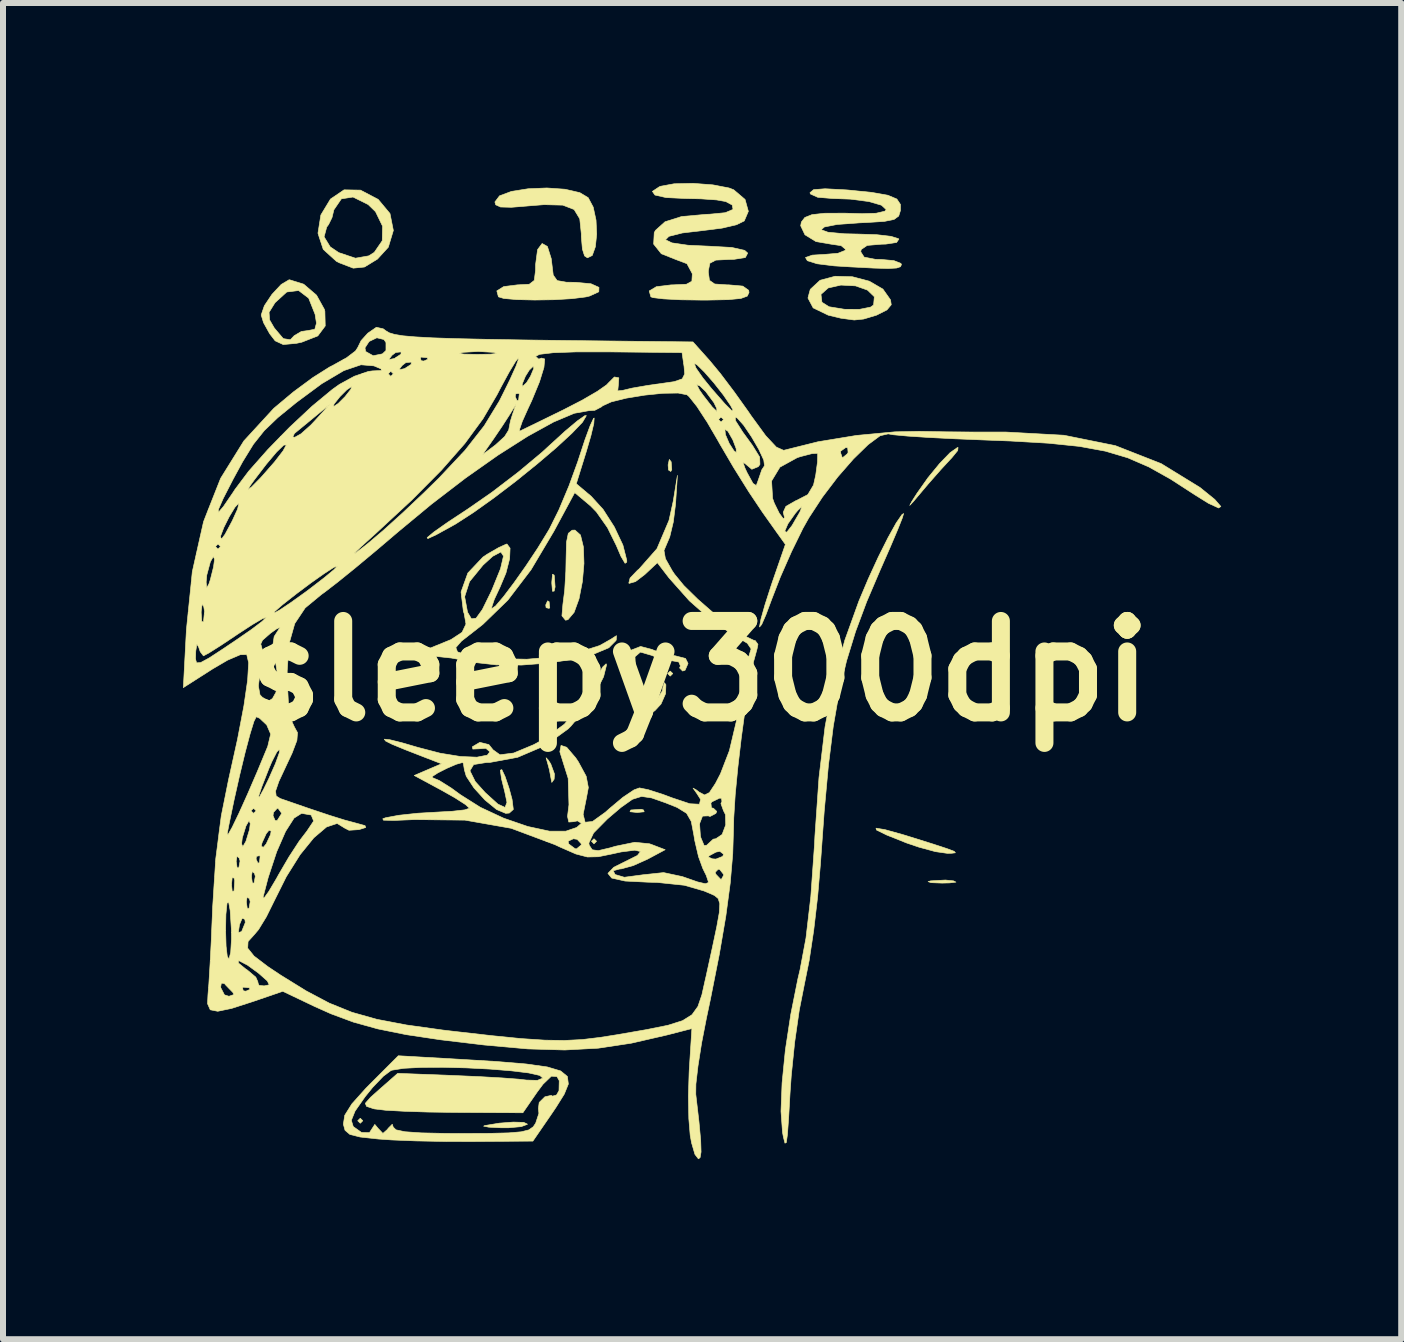
<source format=kicad_pcb>
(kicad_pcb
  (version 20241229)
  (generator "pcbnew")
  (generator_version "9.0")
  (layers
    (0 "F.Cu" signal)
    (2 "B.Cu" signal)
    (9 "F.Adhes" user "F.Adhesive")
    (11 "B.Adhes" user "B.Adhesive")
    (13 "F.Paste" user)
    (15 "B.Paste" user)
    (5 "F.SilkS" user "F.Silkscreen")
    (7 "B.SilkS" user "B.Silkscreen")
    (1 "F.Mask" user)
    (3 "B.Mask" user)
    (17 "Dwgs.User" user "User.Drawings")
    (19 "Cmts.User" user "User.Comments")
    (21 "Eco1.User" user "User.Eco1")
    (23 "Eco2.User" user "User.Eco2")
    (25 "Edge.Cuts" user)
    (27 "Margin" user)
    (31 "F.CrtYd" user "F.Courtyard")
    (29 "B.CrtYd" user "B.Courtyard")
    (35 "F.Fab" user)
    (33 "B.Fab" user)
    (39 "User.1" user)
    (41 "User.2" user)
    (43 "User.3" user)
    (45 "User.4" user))
  (footprint "sleepy300dpi"
    (layer "F.Cu")
    (at 8.583 8.131)
    (property "Reference" "sleepy300dpi" (at 0 0 0) (layer "F.SilkS") (effects (font (size 1.524 1.524) (thickness 0.3))))
    (attr through_hole)
    (fp_poly (pts (xy -5.588 7.493) (xy -5.63 7.535) (xy -5.673 7.493) (xy -5.63 7.451) (xy -5.588 7.493)) (stroke (width 0.01) (type solid)) (fill yes) (layer "F.SilkS"))
    (fp_poly (pts (xy -1.693 2.836) (xy -1.736 2.879) (xy -1.778 2.836) (xy -1.736 2.794) (xy -1.693 2.836)) (stroke (width 0.01) (type solid)) (fill yes) (layer "F.SilkS"))
    (fp_poly (pts (xy -0.423 0.042) (xy -0.466 0.085) (xy -0.508 0.042) (xy -0.466 0) (xy -0.423 0.042)) (stroke (width 0.01) (type solid)) (fill yes) (layer "F.SilkS"))
    (fp_poly (pts (xy -2.484 -1.157) (xy -2.473 -1.057) (xy -2.484 -1.044) (xy -2.534 -1.056) (xy -2.54 -1.101) (xy -2.509 -1.17) (xy -2.484 -1.157)) (stroke (width 0.01) (type solid)) (fill yes) (layer "F.SilkS"))
    (fp_poly (pts (xy -0.91 2.315) (xy -0.9 2.345) (xy -1.016 2.357) (xy -1.136 2.344) (xy -1.122 2.315) (xy -0.948 2.303) (xy -0.91 2.315)) (stroke (width 0.01) (type solid)) (fill yes) (layer "F.SilkS"))
    (fp_poly (pts (xy -0.45 -3.487) (xy -0.44 -3.355) (xy -0.457 -3.325) (xy -0.495 -3.35) (xy -0.501 -3.436) (xy -0.481 -3.526) (xy -0.45 -3.487)) (stroke (width 0.01) (type solid)) (fill yes) (layer "F.SilkS"))
    (fp_poly (pts (xy -2.401 -1.6) (xy -2.397 -1.586) (xy -2.384 -1.401) (xy -2.4 -1.332) (xy -2.428 -1.329) (xy -2.439 -1.462) (xy -2.439 -1.482) (xy -2.427 -1.613) (xy -2.401 -1.6)) (stroke (width 0.01) (type solid)) (fill yes) (layer "F.SilkS"))
    (fp_poly (pts (xy 4.255 3.496) (xy 4.295 3.517) (xy 4.188 3.53) (xy 4.064 3.533) (xy 3.881 3.526) (xy 3.831 3.509) (xy 3.873 3.496) (xy 4.12 3.482) (xy 4.255 3.496)) (stroke (width 0.01) (type solid)) (fill yes) (layer "F.SilkS"))
    (fp_poly (pts (xy -2.498 1.483) (xy -2.456 1.548) (xy -2.394 1.716) (xy -2.4 1.802) (xy -2.439 1.856) (xy -2.449 1.806) (xy -2.479 1.644) (xy -2.504 1.552) (xy -2.534 1.445) (xy -2.498 1.483)) (stroke (width 0.01) (type solid)) (fill yes) (layer "F.SilkS"))
    (fp_poly (pts (xy -2.907 7.52) (xy -2.845 7.549) (xy -2.847 7.553) (xy -2.949 7.591) (xy -3.161 7.61) (xy -3.286 7.61) (xy -3.489 7.6) (xy -3.575 7.583) (xy -3.556 7.573) (xy -3.314 7.533) (xy -3.08 7.515) (xy -2.907 7.52)) (stroke (width 0.01) (type solid)) (fill yes) (layer "F.SilkS"))
    (fp_poly (pts (xy 3.111 2.642) (xy 3.416 2.727) (xy 3.523 2.76) (xy 3.906 2.88) (xy 4.147 2.959) (xy 4.267 3.005) (xy 4.286 3.028) (xy 4.224 3.036) (xy 4.149 3.037) (xy 3.953 3.009) (xy 3.674 2.933) (xy 3.471 2.864) (xy 3.141 2.732) (xy 2.972 2.649) (xy 2.963 2.618) (xy 3.111 2.642)) (stroke (width 0.01) (type solid)) (fill yes) (layer "F.SilkS"))
    (fp_poly (pts (xy 4.324 -3.674) (xy 4.223 -3.55) (xy 4.208 -3.535) (xy 4.041 -3.354) (xy 3.832 -3.116) (xy 3.739 -3.006) (xy 3.582 -2.82) (xy 3.525 -2.76) (xy 3.559 -2.825) (xy 3.647 -2.963) (xy 3.829 -3.221) (xy 4.024 -3.459) (xy 4.198 -3.639) (xy 4.318 -3.723) (xy 4.33 -3.725) (xy 4.324 -3.674)) (stroke (width 0.01) (type solid)) (fill yes) (layer "F.SilkS"))
    (fp_poly (pts (xy -1.961 -2.267) (xy -1.912 -2.066) (xy -1.903 -1.793) (xy -1.929 -1.491) (xy -1.985 -1.204) (xy -2.067 -0.978) (xy -2.17 -0.856) (xy -2.21 -0.847) (xy -2.27 -0.92) (xy -2.254 -1.111) (xy -2.224 -1.347) (xy -2.205 -1.665) (xy -2.201 -1.868) (xy -2.194 -2.148) (xy -2.164 -2.295) (xy -2.1 -2.347) (xy -2.053 -2.349) (xy -1.961 -2.267)) (stroke (width 0.01) (type solid)) (fill yes) (layer "F.SilkS"))
    (fp_poly (pts (xy -1.927 -4.147) (xy -2.104 -3.962) (xy -2.365 -3.721) (xy -2.686 -3.448) (xy -3.04 -3.162) (xy -3.401 -2.887) (xy -3.743 -2.643) (xy -4.038 -2.452) (xy -4.079 -2.429) (xy -4.36 -2.274) (xy -4.504 -2.207) (xy -4.516 -2.223) (xy -4.402 -2.318) (xy -4.166 -2.484) (xy -3.844 -2.696) (xy -3.435 -2.98) (xy -2.997 -3.315) (xy -2.603 -3.644) (xy -2.471 -3.765) (xy -2.216 -3.998) (xy -2.013 -4.168) (xy -1.889 -4.255) (xy -1.863 -4.256) (xy -1.927 -4.147)) (stroke (width 0.01) (type solid)) (fill yes) (layer "F.SilkS"))
    (fp_poly (pts (xy -2.219 -8.028) (xy -1.972 -7.971) (xy -1.833 -7.888) (xy -1.749 -7.73) (xy -1.702 -7.513) (xy -1.691 -7.279) (xy -1.713 -7.069) (xy -1.765 -6.924) (xy -1.845 -6.885) (xy -1.893 -6.917) (xy -1.929 -7.03) (xy -1.947 -7.239) (xy -1.947 -7.285) (xy -1.973 -7.535) (xy -2.067 -7.69) (xy -2.256 -7.763) (xy -2.568 -7.771) (xy -2.795 -7.753) (xy -3.112 -7.727) (xy -3.294 -7.732) (xy -3.374 -7.769) (xy -3.387 -7.816) (xy -3.31 -7.918) (xy -3.111 -7.992) (xy -2.833 -8.036) (xy -2.521 -8.049) (xy -2.219 -8.028)) (stroke (width 0.01) (type solid)) (fill yes) (layer "F.SilkS"))
    (fp_poly (pts (xy -2.512 -7.074) (xy -2.448 -6.871) (xy -2.439 -6.795) (xy -2.415 -6.598) (xy -2.35 -6.506) (xy -2.197 -6.479) (xy -2.04 -6.477) (xy -1.786 -6.453) (xy -1.653 -6.393) (xy -1.656 -6.319) (xy -1.808 -6.249) (xy -1.87 -6.234) (xy -2.1 -6.205) (xy -2.401 -6.187) (xy -2.724 -6.182) (xy -3.02 -6.189) (xy -3.238 -6.208) (xy -3.328 -6.235) (xy -3.355 -6.334) (xy -3.24 -6.406) (xy -3.009 -6.435) (xy -3.001 -6.435) (xy -2.814 -6.445) (xy -2.731 -6.509) (xy -2.71 -6.676) (xy -2.709 -6.773) (xy -2.676 -7.022) (xy -2.6 -7.124) (xy -2.512 -7.074)) (stroke (width 0.01) (type solid)) (fill yes) (layer "F.SilkS"))
    (fp_poly (pts (xy 2.57 -6.57) (xy 2.851 -6.496) (xy 3.078 -6.364) (xy 3.205 -6.184) (xy 3.217 -6.103) (xy 3.145 -6.017) (xy 2.97 -5.929) (xy 2.756 -5.865) (xy 2.6 -5.849) (xy 2.378 -5.879) (xy 2.166 -5.93) (xy 1.916 -6.051) (xy 1.829 -6.215) (xy 1.845 -6.276) (xy 2.046 -6.276) (xy 2.062 -6.145) (xy 2.18 -6.07) (xy 2.437 -6.028) (xy 2.689 -6.027) (xy 2.873 -6.064) (xy 2.923 -6.1) (xy 2.935 -6.237) (xy 2.82 -6.348) (xy 2.621 -6.418) (xy 2.378 -6.431) (xy 2.166 -6.383) (xy 2.046 -6.276) (xy 1.845 -6.276) (xy 1.868 -6.36) (xy 2.031 -6.511) (xy 2.281 -6.578) (xy 2.57 -6.57)) (stroke (width 0.01) (type solid)) (fill yes) (layer "F.SilkS"))
    (fp_poly (pts (xy -5.626 -8.013) (xy -5.332 -7.859) (xy -5.135 -7.623) (xy -5.079 -7.341) (xy -5.163 -7.062) (xy -5.344 -6.864) (xy -5.56 -6.732) (xy -5.747 -6.713) (xy -5.979 -6.802) (xy -6.028 -6.827) (xy -6.247 -7.026) (xy -6.316 -7.235) (xy -6.233 -7.235) (xy -6.131 -7.068) (xy -5.989 -6.972) (xy -5.711 -6.879) (xy -5.489 -6.918) (xy -5.397 -6.976) (xy -5.264 -7.17) (xy -5.259 -7.413) (xy -5.376 -7.654) (xy -5.499 -7.773) (xy -5.751 -7.898) (xy -5.945 -7.868) (xy -6.07 -7.685) (xy -6.101 -7.556) (xy -6.158 -7.44) (xy -6.189 -7.398) (xy -6.233 -7.235) (xy -6.316 -7.235) (xy -6.335 -7.296) (xy -6.287 -7.599) (xy -6.127 -7.864) (xy -5.9 -8.018) (xy -5.626 -8.013)) (stroke (width 0.01) (type solid)) (fill yes) (layer "F.SilkS"))
    (fp_poly (pts (xy -6.573 -6.446) (xy -6.359 -6.263) (xy -6.227 -6.024) (xy -6.22 -5.996) (xy -6.214 -5.75) (xy -6.338 -5.584) (xy -6.606 -5.479) (xy -6.696 -5.46) (xy -6.914 -5.44) (xy -7.048 -5.502) (xy -7.14 -5.621) (xy -7.242 -5.805) (xy -7.281 -5.932) (xy -7.266 -5.977) (xy -7.15 -5.977) (xy -7.141 -5.851) (xy -7.063 -5.716) (xy -6.913 -5.539) (xy -6.795 -5.52) (xy -6.731 -5.588) (xy -6.612 -5.658) (xy -6.504 -5.673) (xy -6.388 -5.695) (xy -6.36 -5.796) (xy -6.383 -5.944) (xy -6.49 -6.213) (xy -6.657 -6.34) (xy -6.855 -6.316) (xy -7.051 -6.137) (xy -7.15 -5.977) (xy -7.266 -5.977) (xy -7.228 -6.087) (xy -7.101 -6.277) (xy -6.948 -6.441) (xy -6.817 -6.519) (xy -6.807 -6.519) (xy -6.573 -6.446)) (stroke (width 0.01) (type solid)) (fill yes) (layer "F.SilkS"))
    (fp_poly (pts (xy -0.761 -0.357) (xy -0.752 -0.352) (xy -0.541 -0.274) (xy -0.382 -0.254) (xy -0.211 -0.21) (xy -0.169 -0.127) (xy -0.218 -0.014) (xy -0.259 0) (xy -0.31 -0.052) (xy -0.296 -0.085) (xy -0.323 -0.151) (xy -0.424 -0.169) (xy -0.648 -0.21) (xy -0.777 -0.262) (xy -0.963 -0.316) (xy -1.053 -0.238) (xy -1.044 -0.038) (xy -0.965 0.2) (xy -0.856 0.428) (xy -0.769 0.514) (xy -0.7 0.492) (xy -0.599 0.333) (xy -0.586 0.265) (xy -0.563 0.193) (xy -0.538 0.228) (xy -0.543 0.377) (xy -0.619 0.549) (xy -0.726 0.665) (xy -0.769 0.677) (xy -0.852 0.607) (xy -0.964 0.429) (xy -1.018 0.318) (xy -1.118 0.068) (xy -1.177 -0.139) (xy -1.183 -0.193) (xy -1.119 -0.348) (xy -0.959 -0.41) (xy -0.761 -0.357)) (stroke (width 0.01) (type solid)) (fill yes) (layer "F.SilkS"))
    (fp_poly (pts (xy 3.402 -2.552) (xy 3.324 -2.356) (xy 3.2 -2.064) (xy 3.043 -1.706) (xy 3.033 -1.684) (xy 2.807 -1.154) (xy 2.622 -0.658) (xy 2.471 -0.166) (xy 2.35 0.35) (xy 2.251 0.92) (xy 2.17 1.572) (xy 2.1 2.337) (xy 2.037 3.217) (xy 1.99 3.764) (xy 1.925 4.32) (xy 1.849 4.825) (xy 1.772 5.207) (xy 1.685 5.647) (xy 1.608 6.183) (xy 1.551 6.742) (xy 1.531 7.027) (xy 1.507 7.453) (xy 1.487 7.725) (xy 1.468 7.857) (xy 1.446 7.866) (xy 1.42 7.765) (xy 1.405 7.684) (xy 1.38 7.335) (xy 1.398 6.864) (xy 1.453 6.312) (xy 1.543 5.72) (xy 1.661 5.13) (xy 1.697 4.978) (xy 1.796 4.45) (xy 1.877 3.755) (xy 1.938 2.897) (xy 1.945 2.752) (xy 2.013 1.775) (xy 2.114 0.929) (xy 2.255 0.177) (xy 2.444 -0.516) (xy 2.678 -1.166) (xy 2.835 -1.538) (xy 3.002 -1.901) (xy 3.163 -2.222) (xy 3.299 -2.467) (xy 3.395 -2.606) (xy 3.423 -2.625) (xy 3.402 -2.552)) (stroke (width 0.01) (type solid)) (fill yes) (layer "F.SilkS"))
    (fp_poly (pts (xy 2.453 -8.018) (xy 2.485 -8.016) (xy 2.894 -7.975) (xy 3.16 -7.928) (xy 3.31 -7.865) (xy 3.37 -7.775) (xy 3.37 -7.673) (xy 3.341 -7.581) (xy 3.264 -7.525) (xy 3.102 -7.492) (xy 2.818 -7.474) (xy 2.688 -7.468) (xy 2.315 -7.441) (xy 2.102 -7.399) (xy 2.05 -7.353) (xy 2.162 -7.312) (xy 2.438 -7.286) (xy 2.662 -7.281) (xy 2.973 -7.271) (xy 3.214 -7.243) (xy 3.339 -7.203) (xy 3.344 -7.197) (xy 3.306 -7.141) (xy 3.127 -7.114) (xy 3.053 -7.112) (xy 2.816 -7.092) (xy 2.716 -7.024) (xy 2.709 -6.985) (xy 2.765 -6.897) (xy 2.951 -6.86) (xy 3.048 -6.858) (xy 3.26 -6.839) (xy 3.378 -6.792) (xy 3.387 -6.773) (xy 3.371 -6.737) (xy 3.306 -6.715) (xy 3.166 -6.707) (xy 2.925 -6.714) (xy 2.557 -6.733) (xy 2.265 -6.751) (xy 1.982 -6.786) (xy 1.819 -6.837) (xy 1.788 -6.89) (xy 1.901 -6.93) (xy 2.117 -6.943) (xy 2.329 -6.961) (xy 2.447 -7.008) (xy 2.455 -7.027) (xy 2.382 -7.088) (xy 2.218 -7.112) (xy 1.963 -7.156) (xy 1.779 -7.269) (xy 1.708 -7.419) (xy 1.719 -7.481) (xy 1.777 -7.557) (xy 1.897 -7.605) (xy 2.11 -7.628) (xy 2.444 -7.629) (xy 2.731 -7.621) (xy 2.965 -7.628) (xy 3.11 -7.662) (xy 3.133 -7.688) (xy 3.054 -7.762) (xy 2.843 -7.823) (xy 2.535 -7.863) (xy 2.233 -7.874) (xy 1.992 -7.894) (xy 1.87 -7.949) (xy 1.863 -7.971) (xy 1.923 -8.021) (xy 2.114 -8.036) (xy 2.453 -8.018)) (stroke (width 0.01) (type solid)) (fill yes) (layer "F.SilkS"))
    (fp_poly (pts (xy 0.245 -8.101) (xy 0.514 -8.049) (xy 0.592 -8.019) (xy 0.781 -7.858) (xy 0.836 -7.66) (xy 0.768 -7.5) (xy 0.64 -7.437) (xy 0.398 -7.38) (xy 0.121 -7.345) (xy -0.266 -7.299) (xy -0.488 -7.243) (xy -0.544 -7.186) (xy -0.437 -7.134) (xy -0.169 -7.095) (xy 0.181 -7.079) (xy 0.56 -7.058) (xy 0.775 -7.009) (xy 0.825 -6.964) (xy 0.786 -6.89) (xy 0.597 -6.86) (xy 0.515 -6.858) (xy 0.294 -6.847) (xy 0.195 -6.795) (xy 0.17 -6.672) (xy 0.169 -6.646) (xy 0.188 -6.51) (xy 0.275 -6.449) (xy 0.479 -6.435) (xy 0.508 -6.435) (xy 0.743 -6.414) (xy 0.841 -6.344) (xy 0.847 -6.308) (xy 0.818 -6.247) (xy 0.711 -6.208) (xy 0.499 -6.188) (xy 0.153 -6.181) (xy 0.056 -6.181) (xy -0.294 -6.186) (xy -0.577 -6.201) (xy -0.752 -6.222) (xy -0.788 -6.235) (xy -0.816 -6.333) (xy -0.697 -6.404) (xy -0.453 -6.434) (xy -0.412 -6.435) (xy -0.196 -6.445) (xy -0.105 -6.495) (xy -0.098 -6.609) (xy -0.1 -6.625) (xy -0.187 -6.787) (xy -0.372 -6.857) (xy -0.614 -6.953) (xy -0.742 -7.114) (xy -0.732 -7.305) (xy -0.711 -7.343) (xy -0.552 -7.486) (xy -0.277 -7.573) (xy 0.136 -7.61) (xy 0.191 -7.612) (xy 0.451 -7.637) (xy 0.581 -7.692) (xy 0.567 -7.765) (xy 0.459 -7.823) (xy 0.307 -7.85) (xy 0.047 -7.868) (xy -0.219 -7.874) (xy -0.535 -7.889) (xy -0.72 -7.931) (xy -0.763 -7.992) (xy -0.649 -8.068) (xy -0.628 -8.077) (xy -0.401 -8.119) (xy -0.085 -8.126) (xy 0.245 -8.101)) (stroke (width 0.01) (type solid)) (fill yes) (layer "F.SilkS"))
    (fp_poly (pts (xy -4.001 6.467) (xy -3.356 6.506) (xy -2.865 6.547) (xy -2.515 6.596) (xy -2.291 6.663) (xy -2.179 6.755) (xy -2.163 6.881) (xy -2.231 7.049) (xy -2.367 7.267) (xy -2.431 7.362) (xy -2.754 7.832) (xy -3.769 7.839) (xy -4.233 7.838) (xy -4.698 7.829) (xy -5.102 7.813) (xy -5.334 7.797) (xy -5.633 7.764) (xy -5.803 7.721) (xy -5.884 7.652) (xy -5.912 7.55) (xy -5.902 7.486) (xy -5.779 7.486) (xy -5.748 7.588) (xy -5.747 7.59) (xy -5.609 7.688) (xy -5.477 7.691) (xy -5.417 7.599) (xy -5.388 7.554) (xy -5.333 7.62) (xy -5.253 7.704) (xy -5.177 7.637) (xy -5.166 7.62) (xy -5.097 7.551) (xy -5.081 7.599) (xy -5.035 7.644) (xy -4.886 7.676) (xy -4.614 7.695) (xy -4.202 7.704) (xy -3.94 7.705) (xy -3.478 7.703) (xy -3.157 7.695) (xy -2.948 7.677) (xy -2.821 7.645) (xy -2.749 7.594) (xy -2.708 7.534) (xy -2.654 7.37) (xy -2.662 7.289) (xy -2.649 7.188) (xy -2.554 7.094) (xy -2.449 7.07) (xy -2.428 7.083) (xy -2.36 7.064) (xy -2.319 6.991) (xy -2.315 6.825) (xy -2.353 6.757) (xy -2.446 6.75) (xy -2.585 6.884) (xy -2.682 7.014) (xy -2.921 7.36) (xy -4.064 7.354) (xy -4.504 7.348) (xy -4.898 7.335) (xy -5.207 7.318) (xy -5.392 7.296) (xy -5.41 7.292) (xy -5.526 7.253) (xy -5.546 7.202) (xy -5.458 7.102) (xy -5.309 6.969) (xy -5.006 6.703) (xy -4.048 6.74) (xy -3.639 6.758) (xy -3.271 6.779) (xy -2.992 6.8) (xy -2.861 6.815) (xy -2.678 6.82) (xy -2.588 6.782) (xy -2.639 6.738) (xy -2.825 6.696) (xy -3.113 6.661) (xy -3.47 6.632) (xy -3.861 6.612) (xy -4.253 6.602) (xy -4.613 6.604) (xy -4.906 6.619) (xy -5.1 6.65) (xy -5.12 6.657) (xy -5.246 6.751) (xy -5.423 6.936) (xy -5.55 7.093) (xy -5.717 7.332) (xy -5.779 7.486) (xy -5.902 7.486) (xy -5.889 7.402) (xy -5.77 7.212) (xy -5.537 6.952) (xy -5.468 6.882) (xy -4.996 6.41) (xy -4.001 6.467)) (stroke (width 0.01) (type solid)) (fill yes) (layer "F.SilkS"))
    (fp_poly (pts (xy -1.739 -4.125) (xy -1.788 -3.919) (xy -1.866 -3.652) (xy -2.031 -3.121) (xy -1.784 -2.913) (xy -1.584 -2.693) (xy -1.397 -2.401) (xy -1.254 -2.098) (xy -1.19 -1.846) (xy -1.19 -1.815) (xy -1.218 -1.795) (xy -1.286 -1.91) (xy -1.364 -2.092) (xy -1.511 -2.389) (xy -1.696 -2.652) (xy -1.795 -2.753) (xy -2.057 -2.973) (xy -2.404 -2.329) (xy -2.785 -1.688) (xy -3.171 -1.182) (xy -3.587 -0.778) (xy -3.745 -0.654) (xy -3.945 -0.498) (xy -4.038 -0.391) (xy -4.01 -0.319) (xy -3.848 -0.27) (xy -3.539 -0.23) (xy -3.282 -0.206) (xy -2.855 -0.197) (xy -2.406 -0.236) (xy -1.984 -0.315) (xy -1.641 -0.425) (xy -1.453 -0.531) (xy -1.362 -0.59) (xy -1.365 -0.522) (xy -1.369 -0.509) (xy -1.489 -0.388) (xy -1.743 -0.281) (xy -2.093 -0.194) (xy -2.504 -0.133) (xy -2.94 -0.1) (xy -3.365 -0.103) (xy -3.741 -0.145) (xy -3.852 -0.169) (xy -4.113 -0.217) (xy -4.412 -0.249) (xy -4.445 -0.251) (xy -4.784 -0.267) (xy -4.445 -0.391) (xy -4.119 -0.524) (xy -3.934 -0.646) (xy -3.869 -0.783) (xy -3.9 -0.962) (xy -3.912 -0.992) (xy -3.942 -1.239) (xy -3.891 -1.239) (xy -3.843 -0.981) (xy -3.778 -0.87) (xy -3.7 -0.881) (xy -3.596 -1.025) (xy -3.453 -1.316) (xy -3.434 -1.358) (xy -3.293 -1.706) (xy -3.244 -1.916) (xy -3.288 -1.984) (xy -3.424 -1.912) (xy -3.585 -1.765) (xy -3.81 -1.49) (xy -3.891 -1.239) (xy -3.942 -1.239) (xy -3.951 -1.318) (xy -3.838 -1.633) (xy -3.586 -1.899) (xy -3.515 -1.947) (xy -3.324 -2.057) (xy -3.199 -2.114) (xy -3.186 -2.117) (xy -3.134 -2.047) (xy -3.142 -1.87) (xy -3.203 -1.633) (xy -3.301 -1.4) (xy -3.397 -1.194) (xy -3.441 -1.062) (xy -3.44 -1.041) (xy -3.376 -1.084) (xy -3.244 -1.239) (xy -3.068 -1.472) (xy -2.87 -1.752) (xy -2.674 -2.047) (xy -2.504 -2.325) (xy -2.476 -2.373) (xy -2.32 -2.687) (xy -2.153 -3.085) (xy -2.006 -3.489) (xy -1.988 -3.545) (xy -1.886 -3.855) (xy -1.8 -4.088) (xy -1.744 -4.208) (xy -1.733 -4.216) (xy -1.739 -4.125)) (stroke (width 0.01) (type solid)) (fill yes) (layer "F.SilkS"))
    (fp_poly (pts (xy -5.247 -5.702) (xy -5.203 -5.669) (xy -5.148 -5.636) (xy -5.058 -5.609) (xy -4.919 -5.586) (xy -4.713 -5.568) (xy -4.427 -5.552) (xy -4.044 -5.539) (xy -3.549 -5.528) (xy -2.926 -5.517) (xy -2.16 -5.507) (xy -1.546 -5.5) (xy -0.087 -5.484) (xy 0.189 -5.176) (xy 0.37 -4.957) (xy 0.599 -4.654) (xy 0.834 -4.325) (xy 0.883 -4.253) (xy 1.126 -3.92) (xy 1.303 -3.731) (xy 1.423 -3.678) (xy 1.434 -3.68) (xy 1.995 -3.82) (xy 2.639 -3.926) (xy 3.28 -3.986) (xy 3.683 -3.994) (xy 4.141 -3.986) (xy 4.643 -3.982) (xy 5.088 -3.982) (xy 5.132 -3.982) (xy 6.094 -3.929) (xy 6.95 -3.756) (xy 7.715 -3.456) (xy 8.361 -3.059) (xy 8.608 -2.859) (xy 8.709 -2.742) (xy 8.672 -2.717) (xy 8.502 -2.795) (xy 8.276 -2.936) (xy 7.873 -3.197) (xy 7.511 -3.4) (xy 7.158 -3.553) (xy 6.784 -3.664) (xy 6.354 -3.743) (xy 5.838 -3.796) (xy 5.204 -3.833) (xy 4.761 -3.85) (xy 4.273 -3.87) (xy 3.838 -3.892) (xy 3.487 -3.915) (xy 3.251 -3.937) (xy 3.166 -3.952) (xy 3.032 -3.921) (xy 2.832 -3.773) (xy 2.588 -3.535) (xy 2.326 -3.235) (xy 2.07 -2.898) (xy 1.843 -2.551) (xy 1.745 -2.377) (xy 1.555 -1.989) (xy 1.368 -1.564) (xy 1.227 -1.201) (xy 1.13 -0.941) (xy 1.058 -0.775) (xy 1.023 -0.734) (xy 1.022 -0.74) (xy 1.046 -0.866) (xy 1.113 -1.104) (xy 1.211 -1.409) (xy 1.234 -1.478) (xy 1.453 -2.11) (xy 1.297 -2.328) (xy 1.443 -2.328) (xy 1.476 -2.313) (xy 1.564 -2.425) (xy 1.689 -2.641) (xy 1.702 -2.667) (xy 1.729 -2.742) (xy 1.66 -2.677) (xy 1.616 -2.625) (xy 1.495 -2.453) (xy 1.443 -2.331) (xy 1.443 -2.328) (xy 1.297 -2.328) (xy 1.074 -2.642) (xy 0.845 -2.984) (xy 0.589 -3.394) (xy 0.356 -3.792) (xy 0.327 -3.844) (xy 0.219 -4.029) (xy 0.445 -4.029) (xy 0.454 -3.94) (xy 0.517 -3.793) (xy 0.596 -3.67) (xy 0.636 -3.641) (xy 0.633 -3.706) (xy 0.577 -3.853) (xy 0.496 -3.995) (xy 0.445 -4.029) (xy 0.219 -4.029) (xy 0.146 -4.154) (xy 0.121 -4.191) (xy 0.339 -4.191) (xy 0.381 -4.149) (xy 0.423 -4.191) (xy 0.381 -4.233) (xy 0.616 -4.233) (xy 0.623 -4.17) (xy 0.743 -3.981) (xy 0.903 -3.762) (xy 1.024 -3.566) (xy 1.029 -3.443) (xy 1 -3.405) (xy 0.894 -3.362) (xy 0.786 -3.453) (xy 0.745 -3.481) (xy 0.78 -3.381) (xy 0.817 -3.302) (xy 0.914 -3.126) (xy 0.968 -3.091) (xy 0.996 -3.167) (xy 1.223 -3.167) (xy 1.24 -2.877) (xy 1.268 -2.798) (xy 1.35 -2.631) (xy 1.416 -2.541) (xy 1.44 -2.553) (xy 1.417 -2.646) (xy 1.462 -2.744) (xy 1.626 -2.838) (xy 1.642 -2.844) (xy 1.827 -2.94) (xy 1.922 -3.1) (xy 1.959 -3.267) (xy 1.988 -3.484) (xy 1.991 -3.615) (xy 1.986 -3.628) (xy 1.897 -3.623) (xy 1.708 -3.574) (xy 1.651 -3.556) (xy 1.362 -3.397) (xy 1.223 -3.167) (xy 0.996 -3.167) (xy 0.999 -3.175) (xy 1.06 -3.353) (xy 1.105 -3.421) (xy 1.093 -3.515) (xy 1.035 -3.641) (xy 2.371 -3.641) (xy 2.4 -3.558) (xy 2.408 -3.556) (xy 2.48 -3.615) (xy 2.498 -3.641) (xy 2.491 -3.719) (xy 2.46 -3.725) (xy 2.374 -3.664) (xy 2.371 -3.641) (xy 1.035 -3.641) (xy 1.01 -3.694) (xy 0.888 -3.904) (xy 0.758 -4.096) (xy 0.651 -4.216) (xy 0.616 -4.233) (xy 0.381 -4.233) (xy 0.339 -4.191) (xy 0.121 -4.191) (xy -0.022 -4.41) (xy -0.151 -4.572) (xy -0.186 -4.603) (xy -0.334 -4.632) (xy -0.587 -4.628) (xy -0.892 -4.597) (xy -1.197 -4.547) (xy -1.448 -4.485) (xy -1.595 -4.418) (xy -1.608 -4.404) (xy -1.723 -4.344) (xy -1.823 -4.338) (xy -2.064 -4.295) (xy -2.41 -4.149) (xy -2.84 -3.912) (xy -3.335 -3.597) (xy -3.876 -3.216) (xy -4.443 -2.781) (xy -4.997 -2.322) (xy -5.365 -2.009) (xy -5.713 -1.719) (xy -6.01 -1.479) (xy -6.224 -1.314) (xy -6.277 -1.276) (xy -6.548 -1.052) (xy -6.722 -0.791) (xy -6.817 -0.455) (xy -6.848 -0.003) (xy -6.848 0.127) (xy -6.827 0.543) (xy -6.778 0.824) (xy -6.727 0.933) (xy -6.676 1.026) (xy -6.686 1.156) (xy -6.765 1.365) (xy -6.86 1.568) (xy -6.987 1.84) (xy -7.042 2) (xy -7.031 2.082) (xy -6.962 2.125) (xy -6.961 2.125) (xy -6.487 2.289) (xy -6.14 2.405) (xy -5.89 2.483) (xy -5.715 2.53) (xy -5.551 2.575) (xy -5.54 2.607) (xy -5.651 2.642) (xy -5.818 2.653) (xy -5.889 2.617) (xy -6.015 2.539) (xy -6.192 2.598) (xy -6.404 2.778) (xy -6.633 3.06) (xy -6.863 3.427) (xy -7.062 3.826) (xy -7.195 4.095) (xy -7.326 4.309) (xy -7.399 4.395) (xy -7.5 4.507) (xy -7.506 4.617) (xy -7.4 4.749) (xy -7.169 4.925) (xy -6.959 5.065) (xy -6.53 5.33) (xy -6.147 5.533) (xy -5.768 5.686) (xy -5.353 5.803) (xy -4.861 5.897) (xy -4.251 5.982) (xy -4.064 6.004) (xy -3.439 6.075) (xy -2.948 6.124) (xy -2.556 6.15) (xy -2.229 6.155) (xy -1.932 6.14) (xy -1.633 6.104) (xy -1.355 6.06) (xy -0.859 5.974) (xy -0.503 5.902) (xy -0.26 5.825) (xy -0.103 5.726) (xy -0.004 5.588) (xy 0.062 5.394) (xy 0.122 5.125) (xy 0.129 5.097) (xy 0.236 4.608) (xy 0.31 4.259) (xy 0.352 4.024) (xy 0.36 3.876) (xy 0.334 3.791) (xy 0.273 3.74) (xy 0.178 3.698) (xy 0.097 3.664) (xy -0.232 3.569) (xy -0.683 3.522) (xy -0.839 3.518) (xy -1.218 3.499) (xy -1.441 3.449) (xy -1.504 3.371) (xy -1.406 3.269) (xy -1.221 3.177) (xy -1.013 3.073) (xy -0.961 3.007) (xy -1.055 2.985) (xy -1.284 3.014) (xy -1.429 3.046) (xy -1.664 3.094) (xy -1.846 3.098) (xy -2.038 3.048) (xy -2.303 2.932) (xy -2.386 2.893) (xy -2.541 2.835) (xy -2.167 2.835) (xy -2.159 2.879) (xy -2.051 2.96) (xy -2.027 2.963) (xy -1.95 2.899) (xy -1.947 2.879) (xy -1.958 2.867) (xy -1.822 2.867) (xy -1.815 2.903) (xy -1.765 2.978) (xy -1.664 2.992) (xy -1.465 2.945) (xy -1.381 2.92) (xy -1.057 2.853) (xy -0.811 2.878) (xy -0.774 2.891) (xy -0.55 2.977) (xy -0.847 3.136) (xy -1.081 3.241) (xy -1.28 3.296) (xy -1.308 3.298) (xy -1.415 3.327) (xy -1.385 3.39) (xy -1.23 3.436) (xy -0.937 3.397) (xy -0.932 3.396) (xy -0.576 3.358) (xy -0.263 3.425) (xy -0.011 3.513) (xy 0.12 3.544) (xy 0.166 3.526) (xy 0.169 3.508) (xy 0.134 3.404) (xy 0.109 3.354) (xy 0.283 3.354) (xy 0.296 3.387) (xy 0.372 3.467) (xy 0.386 3.471) (xy 0.422 3.406) (xy 0.423 3.387) (xy 0.358 3.305) (xy 0.334 3.302) (xy 0.283 3.354) (xy 0.109 3.354) (xy 0.076 3.286) (xy 0.008 3.099) (xy 0.169 3.099) (xy 0.238 3.129) (xy 0.296 3.133) (xy 0.409 3.088) (xy 0.423 3.051) (xy 0.361 3.004) (xy 0.296 3.017) (xy 0.185 3.077) (xy 0.169 3.099) (xy 0.008 3.099) (xy 0.006 3.094) (xy -0.057 2.825) (xy -0.072 2.733) (xy -0.108 2.543) (xy 0.023 2.543) (xy 0.037 2.746) (xy 0.045 2.778) (xy 0.099 2.907) (xy 0.144 2.902) (xy 0.144 2.9) (xy 0.251 2.801) (xy 0.294 2.794) (xy 0.399 2.723) (xy 0.459 2.563) (xy 0.454 2.391) (xy 0.421 2.325) (xy 0.379 2.208) (xy 0.396 2.172) (xy 0.388 2.121) (xy 0.358 2.117) (xy 0.229 2.179) (xy 0.212 2.201) (xy 0.221 2.279) (xy 0.254 2.286) (xy 0.309 2.338) (xy 0.295 2.372) (xy 0.198 2.423) (xy 0.169 2.413) (xy 0.072 2.417) (xy 0.023 2.543) (xy -0.108 2.543) (xy -0.115 2.506) (xy -0.193 2.37) (xy -0.35 2.273) (xy -0.542 2.196) (xy -0.775 2.114) (xy -0.943 2.089) (xy -1.096 2.137) (xy -1.284 2.27) (xy -1.513 2.465) (xy -1.743 2.698) (xy -1.822 2.867) (xy -1.958 2.867) (xy -2.016 2.804) (xy -2.079 2.794) (xy -2.167 2.835) (xy -2.541 2.835) (xy -3.116 2.62) (xy -3.886 2.484) (xy -4.724 2.475) (xy -5.066 2.489) (xy -5.244 2.485) (xy -5.255 2.461) (xy -5.207 2.444) (xy -4.988 2.403) (xy -4.674 2.369) (xy -4.381 2.352) (xy -4.095 2.336) (xy -3.89 2.313) (xy -3.81 2.286) (xy -3.81 2.286) (xy -3.878 2.224) (xy -4.056 2.11) (xy -4.27 1.989) (xy -4.731 1.74) (xy -4.503 1.642) (xy -4.276 1.545) (xy -4.53 1.447) (xy -4.882 1.31) (xy -5.1 1.22) (xy -5.208 1.166) (xy -5.229 1.137) (xy -5.227 1.135) (xy -5.139 1.144) (xy -4.934 1.195) (xy -4.667 1.273) (xy -4.298 1.369) (xy -3.959 1.424) (xy -3.686 1.435) (xy -3.513 1.401) (xy -3.471 1.345) (xy -3.538 1.287) (xy -3.641 1.295) (xy -3.755 1.3) (xy -3.763 1.262) (xy -3.638 1.188) (xy -3.488 1.225) (xy -3.418 1.312) (xy -3.303 1.395) (xy -3.074 1.366) (xy -2.741 1.227) (xy -2.567 1.133) (xy -2.23 0.886) (xy -1.943 0.546) (xy -1.686 0.099) (xy -1.591 -0.067) (xy -1.534 -0.121) (xy -1.527 -0.102) (xy -1.576 0.095) (xy -1.712 0.365) (xy -1.903 0.656) (xy -2.12 0.917) (xy -2.166 0.963) (xy -2.547 1.24) (xy -3.008 1.437) (xy -3.472 1.523) (xy -3.529 1.524) (xy -3.741 1.558) (xy -3.803 1.662) (xy -3.715 1.84) (xy -3.549 2.025) (xy -3.337 2.217) (xy -3.218 2.272) (xy -3.186 2.188) (xy -3.223 2.011) (xy -3.276 1.799) (xy -3.297 1.656) (xy -3.297 1.652) (xy -3.272 1.642) (xy -3.218 1.756) (xy -3.151 1.953) (xy -3.101 2.138) (xy -3.08 2.306) (xy -3.147 2.366) (xy -3.207 2.371) (xy -3.359 2.307) (xy -3.552 2.149) (xy -3.736 1.947) (xy -3.864 1.753) (xy -3.895 1.648) (xy -3.913 1.537) (xy -3.927 1.524) (xy -4.03 1.553) (xy -4.186 1.62) (xy -4.338 1.697) (xy -4.432 1.758) (xy -4.43 1.775) (xy -4.312 1.825) (xy -4.113 1.95) (xy -3.958 2.063) (xy -3.63 2.27) (xy -3.24 2.452) (xy -2.839 2.59) (xy -2.477 2.668) (xy -2.205 2.668) (xy -2.202 2.667) (xy -2.024 2.606) (xy -1.947 2.538) (xy -1.947 2.536) (xy -2.01 2.496) (xy -2.077 2.51) (xy -2.156 2.516) (xy -2.177 2.422) (xy -2.153 2.228) (xy -2.166 1.788) (xy -2.23 1.585) (xy -2.305 1.345) (xy -2.285 1.239) (xy -2.191 1.27) (xy -2.041 1.446) (xy -1.996 1.513) (xy -1.866 1.753) (xy -1.83 1.941) (xy -1.862 2.114) (xy -1.917 2.388) (xy -1.884 2.519) (xy -1.761 2.507) (xy -1.547 2.353) (xy -1.474 2.288) (xy -1.254 2.104) (xy -1.069 1.98) (xy -0.979 1.947) (xy -0.832 1.977) (xy -0.594 2.053) (xy -0.436 2.112) (xy -0.139 2.211) (xy 0.021 2.219) (xy 0.04 2.138) (xy -0.022 2.04) (xy -0.085 1.951) (xy -0.033 1.979) (xy 0.016 2.017) (xy 0.107 2.065) (xy 0.187 2.025) (xy 0.288 1.872) (xy 0.372 1.71) (xy 0.52 1.327) (xy 0.634 0.846) (xy 0.671 0.602) (xy 0.722 0.257) (xy 0.781 -0.037) (xy 0.835 -0.229) (xy 0.846 -0.253) (xy 0.882 -0.369) (xy 0.819 -0.463) (xy 0.629 -0.576) (xy 0.615 -0.583) (xy 0.242 -0.828) (xy -0.147 -1.171) (xy -0.491 -1.558) (xy -0.491 -1.559) (xy -0.68 -1.805) (xy -0.89 -1.608) (xy -1.045 -1.49) (xy -1.148 -1.461) (xy -1.156 -1.466) (xy -1.135 -1.549) (xy -1.011 -1.679) (xy -0.985 -1.7) (xy -0.687 -2.038) (xy -0.486 -2.511) (xy -0.415 -2.833) (xy -0.346 -3.26) (xy -0.377 -2.783) (xy -0.414 -2.485) (xy -0.474 -2.235) (xy -0.517 -2.134) (xy -0.57 -2.009) (xy -0.546 -1.873) (xy -0.433 -1.672) (xy -0.394 -1.614) (xy -0.239 -1.425) (xy -0.008 -1.198) (xy 0.262 -0.962) (xy 0.533 -0.748) (xy 0.767 -0.587) (xy 0.929 -0.511) (xy 0.95 -0.508) (xy 0.996 -0.445) (xy 0.981 -0.369) (xy 0.921 -0.15) (xy 0.854 0.198) (xy 0.784 0.633) (xy 0.718 1.116) (xy 0.661 1.606) (xy 0.617 2.062) (xy 0.593 2.445) (xy 0.59 2.582) (xy 0.576 3.044) (xy 0.534 3.534) (xy 0.461 4.082) (xy 0.352 4.72) (xy 0.202 5.479) (xy 0.138 5.781) (xy 0.057 6.198) (xy -0.003 6.58) (xy -0.038 6.882) (xy -0.04 7.051) (xy 0.013 7.508) (xy 0.042 7.821) (xy 0.048 8.013) (xy 0.032 8.107) (xy 0.004 8.128) (xy -0.054 8.053) (xy -0.11 7.861) (xy -0.133 7.736) (xy -0.156 7.457) (xy -0.163 7.084) (xy -0.151 6.694) (xy -0.149 6.65) (xy -0.105 5.957) (xy -0.52 6.064) (xy -1.116 6.201) (xy -1.666 6.284) (xy -2.223 6.314) (xy -2.837 6.296) (xy -3.562 6.231) (xy -3.58 6.229) (xy -4.291 6.144) (xy -4.866 6.058) (xy -5.34 5.962) (xy -5.746 5.849) (xy -6.118 5.711) (xy -6.393 5.588) (xy -6.921 5.336) (xy -7.411 5.504) (xy -7.773 5.621) (xy -8.005 5.669) (xy -8.13 5.644) (xy -8.175 5.543) (xy -8.168 5.397) (xy -8.158 5.271) (xy -7.957 5.271) (xy -7.893 5.396) (xy -7.818 5.419) (xy -7.734 5.39) (xy -7.753 5.355) (xy -7.828 5.278) (xy -7.592 5.278) (xy -7.58 5.328) (xy -7.535 5.334) (xy -7.466 5.303) (xy -7.479 5.278) (xy -7.579 5.267) (xy -7.592 5.278) (xy -7.828 5.278) (xy -7.877 5.227) (xy -7.893 5.207) (xy -7.945 5.199) (xy -7.957 5.271) (xy -8.158 5.271) (xy -8.153 5.212) (xy -8.134 4.898) (xy -8.13 4.827) (xy -7.662 4.827) (xy -7.659 4.866) (xy -7.543 4.961) (xy -7.513 4.981) (xy -7.371 5.1) (xy -7.333 5.186) (xy -7.337 5.192) (xy -7.317 5.237) (xy -7.232 5.246) (xy -7.147 5.228) (xy -7.179 5.163) (xy -7.324 5.035) (xy -7.508 4.901) (xy -7.644 4.83) (xy -7.662 4.827) (xy -8.13 4.827) (xy -8.113 4.496) (xy -8.106 4.318) (xy -7.874 4.318) (xy -7.866 4.584) (xy -7.846 4.756) (xy -7.818 4.798) (xy -7.789 4.688) (xy -7.776 4.468) (xy -7.777 4.357) (xy -7.662 4.357) (xy -7.61 4.342) (xy -7.606 4.338) (xy -7.546 4.191) (xy -7.553 4.137) (xy -7.597 4.117) (xy -7.643 4.227) (xy -7.662 4.357) (xy -7.777 4.357) (xy -7.778 4.302) (xy -7.798 3.99) (xy -7.824 3.846) (xy -7.85 3.868) (xy -7.869 4.055) (xy -7.874 4.318) (xy -8.106 4.318) (xy -8.094 4.045) (xy -8.09 3.937) (xy -8.084 3.845) (xy -7.529 3.845) (xy -7.513 3.955) (xy -7.484 3.956) (xy -7.464 3.843) (xy -7.477 3.794) (xy -7.509 3.768) (xy -7.25 3.768) (xy -7.234 3.783) (xy -7.154 3.672) (xy -7.027 3.458) (xy -6.992 3.394) (xy -6.818 3.096) (xy -6.648 2.835) (xy -6.521 2.669) (xy -6.52 2.668) (xy -6.407 2.499) (xy -6.448 2.399) (xy -6.608 2.371) (xy -6.733 2.45) (xy -6.875 2.672) (xy -7.023 3.011) (xy -7.165 3.442) (xy -7.25 3.768) (xy -7.509 3.768) (xy -7.515 3.762) (xy -7.529 3.845) (xy -8.084 3.845) (xy -8.066 3.556) (xy -7.776 3.556) (xy -7.763 3.676) (xy -7.733 3.662) (xy -7.722 3.488) (xy -7.733 3.45) (xy -7.764 3.44) (xy -7.776 3.556) (xy -8.066 3.556) (xy -8.057 3.422) (xy -7.444 3.422) (xy -7.428 3.532) (xy -7.4 3.533) (xy -7.379 3.42) (xy -7.393 3.371) (xy -7.43 3.339) (xy -7.444 3.422) (xy -8.057 3.422) (xy -8.041 3.168) (xy -7.698 3.168) (xy -7.682 3.278) (xy -7.654 3.279) (xy -7.633 3.166) (xy -7.642 3.133) (xy -7.366 3.133) (xy -7.335 3.202) (xy -7.31 3.189) (xy -7.299 3.089) (xy -7.31 3.076) (xy -7.36 3.088) (xy -7.366 3.133) (xy -7.642 3.133) (xy -7.647 3.117) (xy -7.684 3.085) (xy -7.698 3.168) (xy -8.041 3.168) (xy -8.038 3.126) (xy -8.006 2.879) (xy -7.608 2.879) (xy -7.586 2.926) (xy -7.584 2.921) (xy -7.279 2.921) (xy -7.244 2.936) (xy -7.197 2.879) (xy -7.125 2.724) (xy -7.115 2.667) (xy -7.15 2.652) (xy -7.197 2.709) (xy -7.268 2.864) (xy -7.279 2.921) (xy -7.584 2.921) (xy -7.535 2.836) (xy -7.475 2.639) (xy -7.463 2.54) (xy -7.484 2.493) (xy -7.535 2.582) (xy -7.596 2.78) (xy -7.608 2.879) (xy -8.006 2.879) (xy -7.985 2.709) (xy -7.847 2.709) (xy -7.833 2.724) (xy -7.765 2.604) (xy -7.671 2.409) (xy -7.084 2.409) (xy -7.047 2.495) (xy -7.013 2.489) (xy -6.943 2.377) (xy -6.943 2.366) (xy -6.999 2.288) (xy -7.013 2.286) (xy -7.076 2.355) (xy -7.084 2.409) (xy -7.671 2.409) (xy -7.654 2.374) (xy -7.633 2.328) (xy -7.451 2.328) (xy -7.408 2.371) (xy -7.366 2.328) (xy -7.408 2.286) (xy -7.451 2.328) (xy -7.633 2.328) (xy -7.525 2.088) (xy -7.325 2.088) (xy -7.314 2.103) (xy -7.239 1.967) (xy -7.152 1.788) (xy -7.043 1.541) (xy -6.979 1.362) (xy -6.971 1.298) (xy -7.02 1.347) (xy -7.104 1.511) (xy -7.153 1.626) (xy -7.271 1.928) (xy -7.325 2.088) (xy -7.525 2.088) (xy -7.511 2.057) (xy -7.346 1.675) (xy -7.172 1.256) (xy -7.123 1.05) (xy -7.189 0.898) (xy -7.191 0.896) (xy -7.308 0.786) (xy -7.363 0.762) (xy -7.402 0.839) (xy -7.467 1.05) (xy -7.549 1.359) (xy -7.64 1.735) (xy -7.732 2.144) (xy -7.817 2.553) (xy -7.847 2.709) (xy -7.985 2.709) (xy -7.946 2.412) (xy -7.827 1.82) (xy -7.676 1.139) (xy -7.569 0.579) (xy -7.521 0.248) (xy -7.328 0.248) (xy -7.301 0.396) (xy -7.261 0.438) (xy -7.154 0.497) (xy -7.093 0.458) (xy -7.035 0.354) (xy -6.998 0.121) (xy -7.043 -0.154) (xy -7.09 -0.411) (xy -7.065 -0.575) (xy -7.016 -0.652) (xy -6.965 -0.729) (xy -7.025 -0.702) (xy -7.125 -0.631) (xy -7.259 -0.514) (xy -7.291 -0.445) (xy -7.285 -0.441) (xy -7.261 -0.352) (xy -7.273 -0.152) (xy -7.293 -0.023) (xy -7.328 0.248) (xy -7.521 0.248) (xy -7.507 0.15) (xy -7.49 -0.138) (xy -7.522 -0.275) (xy -7.523 -0.275) (xy -7.63 -0.272) (xy -7.84 -0.182) (xy -8.088 -0.037) (xy -8.578 0.276) (xy -8.553 -0.197) (xy -8.375 -0.197) (xy -8.357 -0.137) (xy -8.29 -0.141) (xy -8.15 -0.217) (xy -7.911 -0.373) (xy -7.684 -0.526) (xy -7.441 -0.694) (xy -7.267 -0.826) (xy -7.197 -0.894) (xy -7.197 -0.895) (xy -7.26 -0.873) (xy -7.428 -0.774) (xy -7.666 -0.619) (xy -7.7 -0.596) (xy -7.952 -0.428) (xy -8.145 -0.306) (xy -8.241 -0.254) (xy -8.244 -0.254) (xy -8.297 -0.323) (xy -8.324 -0.402) (xy -8.353 -0.447) (xy -8.371 -0.333) (xy -8.372 -0.313) (xy -8.375 -0.197) (xy -8.553 -0.197) (xy -8.527 -0.688) (xy -8.498 -0.974) (xy -8.281 -0.974) (xy -8.272 -0.829) (xy -8.245 -0.816) (xy -8.242 -0.824) (xy -8.228 -0.966) (xy -7.064 -0.966) (xy -6.966 -1.021) (xy -6.787 -1.141) (xy -6.547 -1.313) (xy -6.456 -1.381) (xy -6.229 -1.556) (xy -6.069 -1.689) (xy -6.011 -1.751) (xy -6.072 -1.727) (xy -6.23 -1.625) (xy -6.447 -1.472) (xy -6.688 -1.292) (xy -6.916 -1.113) (xy -6.943 -1.091) (xy -7.063 -0.985) (xy -7.064 -0.966) (xy -8.228 -0.966) (xy -8.225 -0.992) (xy -8.239 -1.078) (xy -8.266 -1.112) (xy -8.28 -1) (xy -8.281 -0.974) (xy -8.498 -0.974) (xy -8.446 -1.482) (xy -8.198 -1.482) (xy -8.188 -1.388) (xy -8.153 -1.449) (xy -8.128 -1.524) (xy -8.075 -1.735) (xy -8.058 -1.863) (xy -8.078 -1.908) (xy -8.128 -1.82) (xy -8.188 -1.598) (xy -8.198 -1.482) (xy -8.446 -1.482) (xy -8.429 -1.654) (xy -8.361 -1.958) (xy -5.735 -1.958) (xy -5.729 -1.952) (xy -5.604 -2.047) (xy -5.503 -2.126) (xy -5.248 -2.342) (xy -4.922 -2.637) (xy -4.572 -2.968) (xy -4.318 -3.217) (xy -3.953 -3.605) (xy -3.593 -3.605) (xy -3.377 -3.768) (xy -3.225 -3.907) (xy -3.157 -4.016) (xy -3.157 -4.019) (xy -3.156 -4.022) (xy -2.978 -4.022) (xy -2.974 -3.997) (xy -2.879 -4.043) (xy -2.669 -4.145) (xy -2.383 -4.285) (xy -2.244 -4.353) (xy -1.932 -4.514) (xy -1.679 -4.661) (xy -1.525 -4.769) (xy -1.499 -4.797) (xy -1.396 -4.9) (xy -1.322 -4.886) (xy -1.33 -4.769) (xy -1.34 -4.668) (xy -1.256 -4.677) (xy -1.102 -4.714) (xy -0.848 -4.758) (xy -0.73 -4.775) (xy -0.026 -4.775) (xy 0.023 -4.68) (xy 0.084 -4.593) (xy 0.236 -4.398) (xy 0.314 -4.324) (xy 0.308 -4.378) (xy 0.262 -4.473) (xy 0.125 -4.658) (xy 0.031 -4.748) (xy -0.026 -4.775) (xy -0.73 -4.775) (xy -0.664 -4.784) (xy -0.4 -4.822) (xy -0.266 -4.868) (xy -0.225 -4.949) (xy -0.235 -5.074) (xy -0.243 -5.127) (xy -0.066 -5.127) (xy -0.036 -5.048) (xy 0.08 -4.882) (xy 0.223 -4.706) (xy 0.444 -4.454) (xy 0.563 -4.335) (xy 0.58 -4.349) (xy 0.54 -4.424) (xy 0.419 -4.601) (xy 0.262 -4.801) (xy 0.104 -4.982) (xy -0.018 -5.102) (xy -0.066 -5.127) (xy -0.243 -5.127) (xy -0.269 -5.306) (xy -1.489 -5.318) (xy -2.028 -5.318) (xy -2.415 -5.304) (xy -2.643 -5.277) (xy -2.709 -5.243) (xy -2.656 -5.197) (xy -2.612 -5.215) (xy -2.557 -5.2) (xy -2.57 -5.059) (xy -2.644 -4.819) (xy -2.773 -4.506) (xy -2.833 -4.378) (xy -2.931 -4.159) (xy -2.978 -4.022) (xy -3.156 -4.022) (xy -3.128 -4.166) (xy -3.094 -4.276) (xy -3.035 -4.445) (xy -3.139 -4.276) (xy -3.261 -4.087) (xy -3.412 -3.864) (xy -3.418 -3.856) (xy -3.593 -3.605) (xy -3.953 -3.605) (xy -3.887 -3.675) (xy -3.565 -4.086) (xy -3.314 -4.497) (xy -3.28 -4.564) (xy -3.276 -4.572) (xy -3.048 -4.572) (xy -3.017 -4.502) (xy -2.992 -4.516) (xy -2.981 -4.616) (xy -2.992 -4.628) (xy -3.042 -4.617) (xy -3.048 -4.572) (xy -3.276 -4.572) (xy -3.173 -4.78) (xy -2.933 -4.78) (xy -2.927 -4.741) (xy -2.859 -4.806) (xy -2.794 -4.911) (xy -2.739 -5.042) (xy -2.746 -5.08) (xy -2.814 -5.015) (xy -2.879 -4.911) (xy -2.933 -4.78) (xy -3.173 -4.78) (xy -3.137 -4.854) (xy -3.035 -5.08) (xy -2.99 -5.207) (xy -2.991 -5.22) (xy -3.039 -5.164) (xy -3.145 -4.989) (xy -3.287 -4.728) (xy -3.352 -4.603) (xy -3.586 -4.203) (xy -3.888 -3.791) (xy -4.278 -3.347) (xy -4.772 -2.849) (xy -5.376 -2.289) (xy -5.618 -2.07) (xy -5.735 -1.958) (xy -8.361 -1.958) (xy -8.335 -2.074) (xy -8.043 -2.074) (xy -8.001 -2.032) (xy -7.959 -2.074) (xy -8.001 -2.117) (xy -8.043 -2.074) (xy -8.335 -2.074) (xy -8.299 -2.234) (xy -7.959 -2.234) (xy -7.942 -2.199) (xy -7.883 -2.279) (xy -7.768 -2.494) (xy -7.756 -2.519) (xy -7.675 -2.697) (xy -7.653 -2.79) (xy -7.658 -2.794) (xy -7.72 -2.727) (xy -7.814 -2.571) (xy -7.904 -2.391) (xy -7.956 -2.254) (xy -7.959 -2.234) (xy -8.299 -2.234) (xy -8.241 -2.49) (xy -8.163 -2.69) (xy -7.995 -2.69) (xy -7.994 -2.644) (xy -7.911 -2.74) (xy -7.746 -2.982) (xy -7.721 -3.021) (xy -7.503 -3.021) (xy -7.442 -3.067) (xy -7.294 -3.217) (xy -7.255 -3.26) (xy -7.058 -3.485) (xy -6.917 -3.668) (xy -6.862 -3.768) (xy -6.905 -3.765) (xy -7.024 -3.65) (xy -7.195 -3.447) (xy -7.397 -3.183) (xy -7.464 -3.09) (xy -7.503 -3.021) (xy -7.721 -3.021) (xy -7.717 -3.027) (xy -7.491 -3.328) (xy -7.173 -3.688) (xy -6.966 -3.901) (xy -6.755 -3.901) (xy -6.721 -3.895) (xy -6.617 -3.953) (xy -6.455 -4.098) (xy -6.387 -4.17) (xy -6.176 -4.403) (xy -6.08 -4.403) (xy -5.998 -4.458) (xy -5.884 -4.572) (xy -5.787 -4.695) (xy -5.773 -4.741) (xy -5.855 -4.686) (xy -5.969 -4.572) (xy -6.067 -4.449) (xy -6.08 -4.403) (xy -6.176 -4.403) (xy -6.138 -4.444) (xy -6.392 -4.234) (xy -6.578 -4.081) (xy -6.711 -3.972) (xy -6.727 -3.959) (xy -6.755 -3.901) (xy -6.966 -3.901) (xy -6.806 -4.064) (xy -6.433 -4.413) (xy -6.097 -4.691) (xy -5.978 -4.776) (xy -5.729 -4.912) (xy -5.609 -4.953) (xy -5.165 -4.953) (xy -5.122 -4.911) (xy -5.08 -4.953) (xy -5.122 -4.995) (xy -5.165 -4.953) (xy -5.609 -4.953) (xy -5.495 -4.992) (xy -5.428 -5.001) (xy -5.275 -5.008) (xy -5.279 -5.019) (xy -4.987 -5.019) (xy -4.902 -5.037) (xy -4.886 -5.043) (xy -4.782 -5.11) (xy -4.781 -5.148) (xy -4.871 -5.139) (xy -4.933 -5.091) (xy -4.987 -5.019) (xy -5.279 -5.019) (xy -5.284 -5.035) (xy -5.403 -5.085) (xy -5.618 -5.103) (xy -5.904 -5.006) (xy -6.272 -4.788) (xy -6.695 -4.475) (xy -7.005 -4.222) (xy -7.23 -4.006) (xy -7.411 -3.779) (xy -7.59 -3.488) (xy -7.749 -3.196) (xy -7.914 -2.875) (xy -7.995 -2.69) (xy -8.163 -2.69) (xy -7.957 -3.211) (xy -7.57 -3.834) (xy -7.074 -4.374) (xy -7.057 -4.389) (xy -6.745 -4.65) (xy -6.42 -4.89) (xy -6.141 -5.066) (xy -6.089 -5.092) (xy -5.915 -5.189) (xy -5.156 -5.189) (xy -5.071 -5.206) (xy -5.055 -5.212) (xy -5.042 -5.221) (xy -4.628 -5.221) (xy -4.617 -5.171) (xy -4.572 -5.165) (xy -4.502 -5.196) (xy -4.516 -5.221) (xy -4.616 -5.231) (xy -4.628 -5.221) (xy -5.042 -5.221) (xy -4.952 -5.28) (xy -4.951 -5.293) (xy -3.984 -5.293) (xy -3.902 -5.281) (xy -3.687 -5.276) (xy -3.683 -5.276) (xy -3.458 -5.28) (xy -3.359 -5.292) (xy -3.406 -5.31) (xy -3.664 -5.325) (xy -3.914 -5.311) (xy -3.984 -5.293) (xy -4.951 -5.293) (xy -4.951 -5.318) (xy -5.04 -5.308) (xy -5.103 -5.26) (xy -5.156 -5.189) (xy -5.915 -5.189) (xy -5.86 -5.219) (xy -5.71 -5.333) (xy -5.676 -5.384) (xy -5.675 -5.385) (xy -5.552 -5.385) (xy -5.54 -5.324) (xy -5.415 -5.254) (xy -5.261 -5.285) (xy -5.202 -5.341) (xy -5.202 -5.474) (xy -5.236 -5.524) (xy -5.354 -5.553) (xy -5.483 -5.491) (xy -5.552 -5.385) (xy -5.675 -5.385) (xy -5.616 -5.506) (xy -5.505 -5.629) (xy -5.362 -5.728) (xy -5.247 -5.702)) (stroke (width 0.01) (type solid)) (fill yes) (layer "F.SilkS")))
  (gr_rect
    (start -3 -3)
    (end 20.297 19.264)
    (stroke (width 0.1) (type default))
    (fill no)
    (layer "Edge.Cuts")))
</source>
